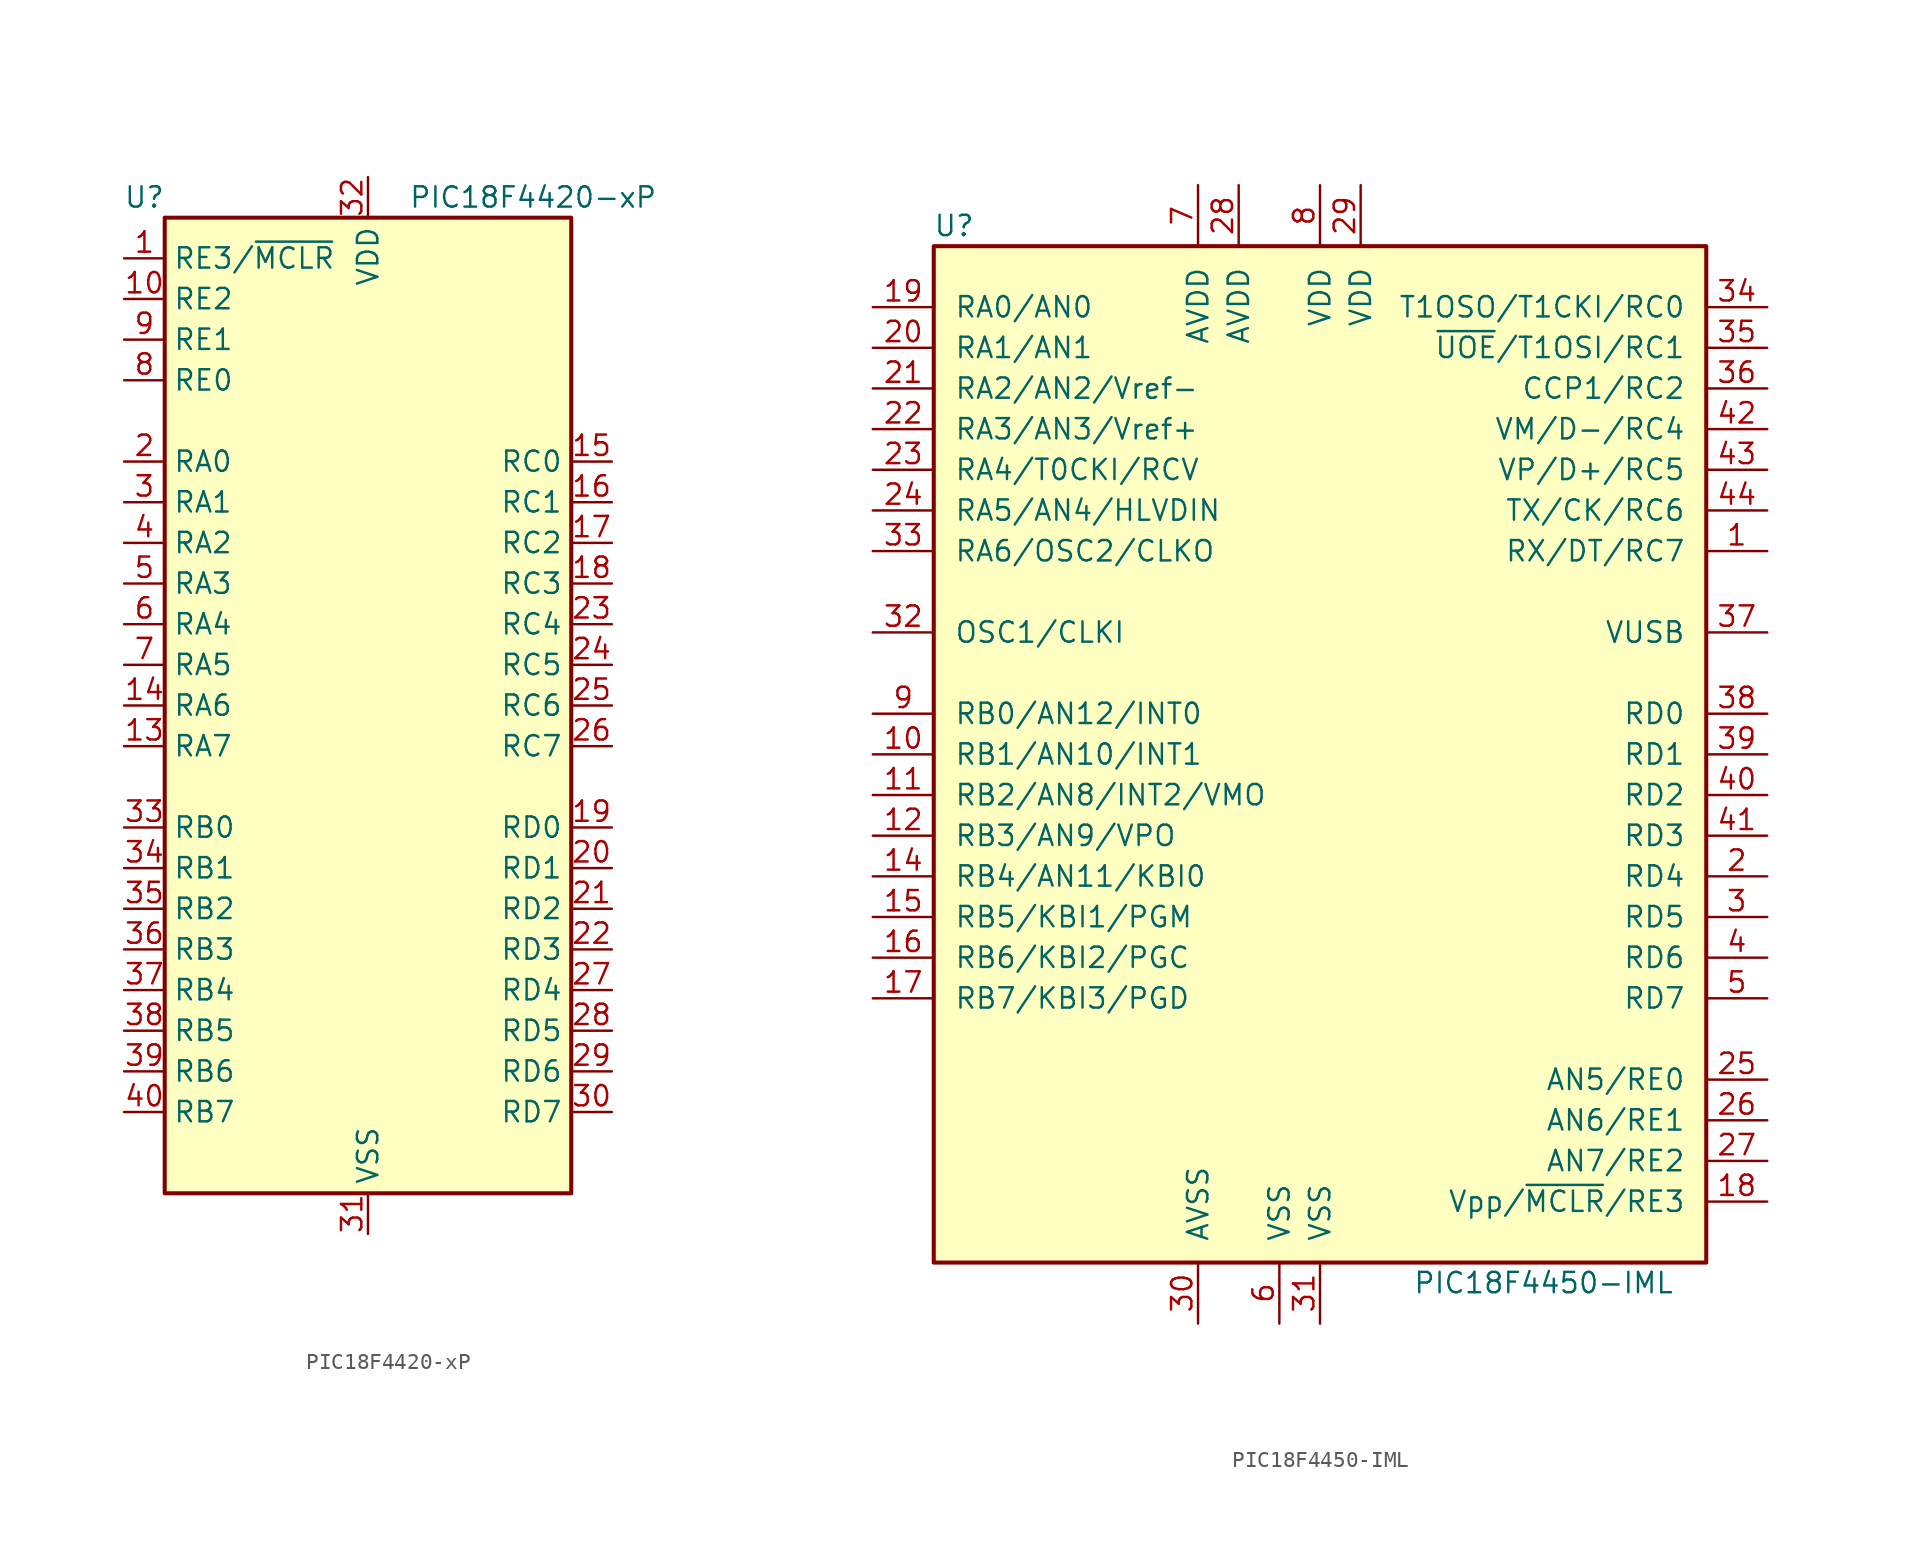
<source format=kicad_sym>
(kicad_symbol_lib
  (version 20201005)
  (generator kicad_symbol_editor)
  (symbol "MCU_Microchip_PIC18:PIC18F4420-xP"
    (property "Reference" "U"
      (at -13.97 31.75 0)
      (effects (font (size 1.27 1.27))))
    (property "Value" "PIC18F4420-xP"
      (at 2.54 31.75 0)
      (effects (font (size 1.27 1.27)) (justify left)))
    (symbol "PIC18F4420-xP_0_1"
      (rectangle (start -12.7 30.48) (end 12.7 -30.48) (stroke (width 0.254)) (fill (type background))))
    (symbol "PIC18F4420-xP_1_1"
      (pin input line (at -15.24 27.94 0) (length 2.54) (name "RE3/~MCLR~" (effects (font (size 1.27 1.27)))) (number "1" (effects (font (size 1.27 1.27)))))
      (pin bidirectional line (at -15.24 25.4 0) (length 2.54) (name "RE2" (effects (font (size 1.27 1.27)))) (number "10" (effects (font (size 1.27 1.27)))))
      (pin passive line (at 0 33.02 270) (length 2.54) hide (name "VDD" (effects (font (size 1.27 1.27)))) (number "11" (effects (font (size 1.27 1.27)))))
      (pin passive line (at 0 -33.02 90) (length 2.54) hide (name "VSS" (effects (font (size 1.27 1.27)))) (number "12" (effects (font (size 1.27 1.27)))))
      (pin bidirectional line (at -15.24 -2.54 0) (length 2.54) (name "RA7" (effects (font (size 1.27 1.27)))) (number "13" (effects (font (size 1.27 1.27)))))
      (pin bidirectional line (at -15.24 0 0) (length 2.54) (name "RA6" (effects (font (size 1.27 1.27)))) (number "14" (effects (font (size 1.27 1.27)))))
      (pin bidirectional line (at 15.24 15.24 180) (length 2.54) (name "RC0" (effects (font (size 1.27 1.27)))) (number "15" (effects (font (size 1.27 1.27)))))
      (pin bidirectional line (at 15.24 12.7 180) (length 2.54) (name "RC1" (effects (font (size 1.27 1.27)))) (number "16" (effects (font (size 1.27 1.27)))))
      (pin bidirectional line (at 15.24 10.16 180) (length 2.54) (name "RC2" (effects (font (size 1.27 1.27)))) (number "17" (effects (font (size 1.27 1.27)))))
      (pin bidirectional line (at 15.24 7.62 180) (length 2.54) (name "RC3" (effects (font (size 1.27 1.27)))) (number "18" (effects (font (size 1.27 1.27)))))
      (pin bidirectional line (at 15.24 -7.62 180) (length 2.54) (name "RD0" (effects (font (size 1.27 1.27)))) (number "19" (effects (font (size 1.27 1.27)))))
      (pin bidirectional line (at -15.24 15.24 0) (length 2.54) (name "RA0" (effects (font (size 1.27 1.27)))) (number "2" (effects (font (size 1.27 1.27)))))
      (pin bidirectional line (at 15.24 -10.16 180) (length 2.54) (name "RD1" (effects (font (size 1.27 1.27)))) (number "20" (effects (font (size 1.27 1.27)))))
      (pin bidirectional line (at 15.24 -12.7 180) (length 2.54) (name "RD2" (effects (font (size 1.27 1.27)))) (number "21" (effects (font (size 1.27 1.27)))))
      (pin bidirectional line (at 15.24 -15.24 180) (length 2.54) (name "RD3" (effects (font (size 1.27 1.27)))) (number "22" (effects (font (size 1.27 1.27)))))
      (pin bidirectional line (at 15.24 5.08 180) (length 2.54) (name "RC4" (effects (font (size 1.27 1.27)))) (number "23" (effects (font (size 1.27 1.27)))))
      (pin bidirectional line (at 15.24 2.54 180) (length 2.54) (name "RC5" (effects (font (size 1.27 1.27)))) (number "24" (effects (font (size 1.27 1.27)))))
      (pin bidirectional line (at 15.24 0 180) (length 2.54) (name "RC6" (effects (font (size 1.27 1.27)))) (number "25" (effects (font (size 1.27 1.27)))))
      (pin bidirectional line (at 15.24 -2.54 180) (length 2.54) (name "RC7" (effects (font (size 1.27 1.27)))) (number "26" (effects (font (size 1.27 1.27)))))
      (pin bidirectional line (at 15.24 -17.78 180) (length 2.54) (name "RD4" (effects (font (size 1.27 1.27)))) (number "27" (effects (font (size 1.27 1.27)))))
      (pin bidirectional line (at 15.24 -20.32 180) (length 2.54) (name "RD5" (effects (font (size 1.27 1.27)))) (number "28" (effects (font (size 1.27 1.27)))))
      (pin bidirectional line (at 15.24 -22.86 180) (length 2.54) (name "RD6" (effects (font (size 1.27 1.27)))) (number "29" (effects (font (size 1.27 1.27)))))
      (pin bidirectional line (at -15.24 12.7 0) (length 2.54) (name "RA1" (effects (font (size 1.27 1.27)))) (number "3" (effects (font (size 1.27 1.27)))))
      (pin bidirectional line (at 15.24 -25.4 180) (length 2.54) (name "RD7" (effects (font (size 1.27 1.27)))) (number "30" (effects (font (size 1.27 1.27)))))
      (pin power_in line (at 0 -33.02 90) (length 2.54) (name "VSS" (effects (font (size 1.27 1.27)))) (number "31" (effects (font (size 1.27 1.27)))))
      (pin power_in line (at 0 33.02 270) (length 2.54) (name "VDD" (effects (font (size 1.27 1.27)))) (number "32" (effects (font (size 1.27 1.27)))))
      (pin bidirectional line (at -15.24 -7.62 0) (length 2.54) (name "RB0" (effects (font (size 1.27 1.27)))) (number "33" (effects (font (size 1.27 1.27)))))
      (pin bidirectional line (at -15.24 -10.16 0) (length 2.54) (name "RB1" (effects (font (size 1.27 1.27)))) (number "34" (effects (font (size 1.27 1.27)))))
      (pin bidirectional line (at -15.24 -12.7 0) (length 2.54) (name "RB2" (effects (font (size 1.27 1.27)))) (number "35" (effects (font (size 1.27 1.27)))))
      (pin bidirectional line (at -15.24 -15.24 0) (length 2.54) (name "RB3" (effects (font (size 1.27 1.27)))) (number "36" (effects (font (size 1.27 1.27)))))
      (pin bidirectional line (at -15.24 -17.78 0) (length 2.54) (name "RB4" (effects (font (size 1.27 1.27)))) (number "37" (effects (font (size 1.27 1.27)))))
      (pin bidirectional line (at -15.24 -20.32 0) (length 2.54) (name "RB5" (effects (font (size 1.27 1.27)))) (number "38" (effects (font (size 1.27 1.27)))))
      (pin bidirectional line (at -15.24 -22.86 0) (length 2.54) (name "RB6" (effects (font (size 1.27 1.27)))) (number "39" (effects (font (size 1.27 1.27)))))
      (pin bidirectional line (at -15.24 10.16 0) (length 2.54) (name "RA2" (effects (font (size 1.27 1.27)))) (number "4" (effects (font (size 1.27 1.27)))))
      (pin bidirectional line (at -15.24 -25.4 0) (length 2.54) (name "RB7" (effects (font (size 1.27 1.27)))) (number "40" (effects (font (size 1.27 1.27)))))
      (pin bidirectional line (at -15.24 7.62 0) (length 2.54) (name "RA3" (effects (font (size 1.27 1.27)))) (number "5" (effects (font (size 1.27 1.27)))))
      (pin bidirectional line (at -15.24 5.08 0) (length 2.54) (name "RA4" (effects (font (size 1.27 1.27)))) (number "6" (effects (font (size 1.27 1.27)))))
      (pin bidirectional line (at -15.24 2.54 0) (length 2.54) (name "RA5" (effects (font (size 1.27 1.27)))) (number "7" (effects (font (size 1.27 1.27)))))
      (pin bidirectional line (at -15.24 20.32 0) (length 2.54) (name "RE0" (effects (font (size 1.27 1.27)))) (number "8" (effects (font (size 1.27 1.27)))))
      (pin bidirectional line (at -15.24 22.86 0) (length 2.54) (name "RE1" (effects (font (size 1.27 1.27)))) (number "9" (effects (font (size 1.27 1.27)))))))
  (symbol "MCU_Microchip_PIC18:PIC18F4450-IML"
    (pin_names
      (offset 1.27))
    (property "Reference" "U"
      (at -22.86 33.02 0)
      (effects (font (size 1.27 1.27))))
    (property "Value" "PIC18F4450-IML"
      (at 13.97 -33.02 0)
      (effects (font (size 1.27 1.27))))
    (symbol "PIC18F4450-IML_0_1"
      (rectangle (start -24.13 31.75) (end 24.13 -31.75) (stroke (width 0.254)) (fill (type background))))
    (symbol "PIC18F4450-IML_1_1"
      (pin bidirectional line (at 27.94 12.7 180) (length 3.81) (name "RX/DT/RC7" (effects (font (size 1.27 1.27)))) (number "1" (effects (font (size 1.27 1.27)))))
      (pin bidirectional line (at -27.94 0 0) (length 3.81) (name "RB1/AN10/INT1" (effects (font (size 1.27 1.27)))) (number "10" (effects (font (size 1.27 1.27)))))
      (pin bidirectional line (at -27.94 -2.54 0) (length 3.81) (name "RB2/AN8/INT2/VMO" (effects (font (size 1.27 1.27)))) (number "11" (effects (font (size 1.27 1.27)))))
      (pin bidirectional line (at -27.94 -5.08 0) (length 3.81) (name "RB3/AN9/VPO" (effects (font (size 1.27 1.27)))) (number "12" (effects (font (size 1.27 1.27)))))
      (pin no_connect line (at -12.7 -35.56 90) (length 3.81) hide (name "NC" (effects (font (size 1.27 1.27)))) (number "13" (effects (font (size 1.27 1.27)))))
      (pin bidirectional line (at -27.94 -7.62 0) (length 3.81) (name "RB4/AN11/KBI0" (effects (font (size 1.27 1.27)))) (number "14" (effects (font (size 1.27 1.27)))))
      (pin bidirectional line (at -27.94 -10.16 0) (length 3.81) (name "RB5/KBI1/PGM" (effects (font (size 1.27 1.27)))) (number "15" (effects (font (size 1.27 1.27)))))
      (pin bidirectional line (at -27.94 -12.7 0) (length 3.81) (name "RB6/KBI2/PGC" (effects (font (size 1.27 1.27)))) (number "16" (effects (font (size 1.27 1.27)))))
      (pin bidirectional line (at -27.94 -15.24 0) (length 3.81) (name "RB7/KBI3/PGD" (effects (font (size 1.27 1.27)))) (number "17" (effects (font (size 1.27 1.27)))))
      (pin input line (at 27.94 -27.94 180) (length 3.81) (name "Vpp/~MCLR~/RE3" (effects (font (size 1.27 1.27)))) (number "18" (effects (font (size 1.27 1.27)))))
      (pin bidirectional line (at -27.94 27.94 0) (length 3.81) (name "RA0/AN0" (effects (font (size 1.27 1.27)))) (number "19" (effects (font (size 1.27 1.27)))))
      (pin bidirectional line (at 27.94 -7.62 180) (length 3.81) (name "RD4" (effects (font (size 1.27 1.27)))) (number "2" (effects (font (size 1.27 1.27)))))
      (pin bidirectional line (at -27.94 25.4 0) (length 3.81) (name "RA1/AN1" (effects (font (size 1.27 1.27)))) (number "20" (effects (font (size 1.27 1.27)))))
      (pin bidirectional line (at -27.94 22.86 0) (length 3.81) (name "RA2/AN2/Vref-" (effects (font (size 1.27 1.27)))) (number "21" (effects (font (size 1.27 1.27)))))
      (pin bidirectional line (at -27.94 20.32 0) (length 3.81) (name "RA3/AN3/Vref+" (effects (font (size 1.27 1.27)))) (number "22" (effects (font (size 1.27 1.27)))))
      (pin bidirectional line (at -27.94 17.78 0) (length 3.81) (name "RA4/T0CKI/RCV" (effects (font (size 1.27 1.27)))) (number "23" (effects (font (size 1.27 1.27)))))
      (pin bidirectional line (at -27.94 15.24 0) (length 3.81) (name "RA5/AN4/HLVDIN" (effects (font (size 1.27 1.27)))) (number "24" (effects (font (size 1.27 1.27)))))
      (pin bidirectional line (at 27.94 -20.32 180) (length 3.81) (name "AN5/RE0" (effects (font (size 1.27 1.27)))) (number "25" (effects (font (size 1.27 1.27)))))
      (pin bidirectional line (at 27.94 -22.86 180) (length 3.81) (name "AN6/RE1" (effects (font (size 1.27 1.27)))) (number "26" (effects (font (size 1.27 1.27)))))
      (pin bidirectional line (at 27.94 -25.4 180) (length 3.81) (name "AN7/RE2" (effects (font (size 1.27 1.27)))) (number "27" (effects (font (size 1.27 1.27)))))
      (pin power_in line (at -5.08 35.56 270) (length 3.81) (name "AVDD" (effects (font (size 1.27 1.27)))) (number "28" (effects (font (size 1.27 1.27)))))
      (pin power_in line (at 2.54 35.56 270) (length 3.81) (name "VDD" (effects (font (size 1.27 1.27)))) (number "29" (effects (font (size 1.27 1.27)))))
      (pin bidirectional line (at 27.94 -10.16 180) (length 3.81) (name "RD5" (effects (font (size 1.27 1.27)))) (number "3" (effects (font (size 1.27 1.27)))))
      (pin power_in line (at -7.62 -35.56 90) (length 3.81) (name "AVSS" (effects (font (size 1.27 1.27)))) (number "30" (effects (font (size 1.27 1.27)))))
      (pin power_in line (at 0 -35.56 90) (length 3.81) (name "VSS" (effects (font (size 1.27 1.27)))) (number "31" (effects (font (size 1.27 1.27)))))
      (pin input line (at -27.94 7.62 0) (length 3.81) (name "OSC1/CLKI" (effects (font (size 1.27 1.27)))) (number "32" (effects (font (size 1.27 1.27)))))
      (pin output line (at -27.94 12.7 0) (length 3.81) (name "RA6/OSC2/CLKO" (effects (font (size 1.27 1.27)))) (number "33" (effects (font (size 1.27 1.27)))))
      (pin bidirectional line (at 27.94 27.94 180) (length 3.81) (name "T1OSO/T1CKI/RC0" (effects (font (size 1.27 1.27)))) (number "34" (effects (font (size 1.27 1.27)))))
      (pin bidirectional line (at 27.94 25.4 180) (length 3.81) (name "~UOE~/T1OSI/RC1" (effects (font (size 1.27 1.27)))) (number "35" (effects (font (size 1.27 1.27)))))
      (pin bidirectional line (at 27.94 22.86 180) (length 3.81) (name "CCP1/RC2" (effects (font (size 1.27 1.27)))) (number "36" (effects (font (size 1.27 1.27)))))
      (pin bidirectional line (at 27.94 7.62 180) (length 3.81) (name "VUSB" (effects (font (size 1.27 1.27)))) (number "37" (effects (font (size 1.27 1.27)))))
      (pin bidirectional line (at 27.94 2.54 180) (length 3.81) (name "RD0" (effects (font (size 1.27 1.27)))) (number "38" (effects (font (size 1.27 1.27)))))
      (pin bidirectional line (at 27.94 0 180) (length 3.81) (name "RD1" (effects (font (size 1.27 1.27)))) (number "39" (effects (font (size 1.27 1.27)))))
      (pin bidirectional line (at 27.94 -12.7 180) (length 3.81) (name "RD6" (effects (font (size 1.27 1.27)))) (number "4" (effects (font (size 1.27 1.27)))))
      (pin bidirectional line (at 27.94 -2.54 180) (length 3.81) (name "RD2" (effects (font (size 1.27 1.27)))) (number "40" (effects (font (size 1.27 1.27)))))
      (pin bidirectional line (at 27.94 -5.08 180) (length 3.81) (name "RD3" (effects (font (size 1.27 1.27)))) (number "41" (effects (font (size 1.27 1.27)))))
      (pin bidirectional line (at 27.94 20.32 180) (length 3.81) (name "VM/D-/RC4" (effects (font (size 1.27 1.27)))) (number "42" (effects (font (size 1.27 1.27)))))
      (pin bidirectional line (at 27.94 17.78 180) (length 3.81) (name "VP/D+/RC5" (effects (font (size 1.27 1.27)))) (number "43" (effects (font (size 1.27 1.27)))))
      (pin bidirectional line (at 27.94 15.24 180) (length 3.81) (name "TX/CK/RC6" (effects (font (size 1.27 1.27)))) (number "44" (effects (font (size 1.27 1.27)))))
      (pin bidirectional line (at 27.94 -15.24 180) (length 3.81) (name "RD7" (effects (font (size 1.27 1.27)))) (number "5" (effects (font (size 1.27 1.27)))))
      (pin power_in line (at -2.54 -35.56 90) (length 3.81) (name "VSS" (effects (font (size 1.27 1.27)))) (number "6" (effects (font (size 1.27 1.27)))))
      (pin power_in line (at -7.62 35.56 270) (length 3.81) (name "AVDD" (effects (font (size 1.27 1.27)))) (number "7" (effects (font (size 1.27 1.27)))))
      (pin power_in line (at 0 35.56 270) (length 3.81) (name "VDD" (effects (font (size 1.27 1.27)))) (number "8" (effects (font (size 1.27 1.27)))))
      (pin bidirectional line (at -27.94 2.54 0) (length 3.81) (name "RB0/AN12/INT0" (effects (font (size 1.27 1.27)))) (number "9" (effects (font (size 1.27 1.27))))))))
</source>
